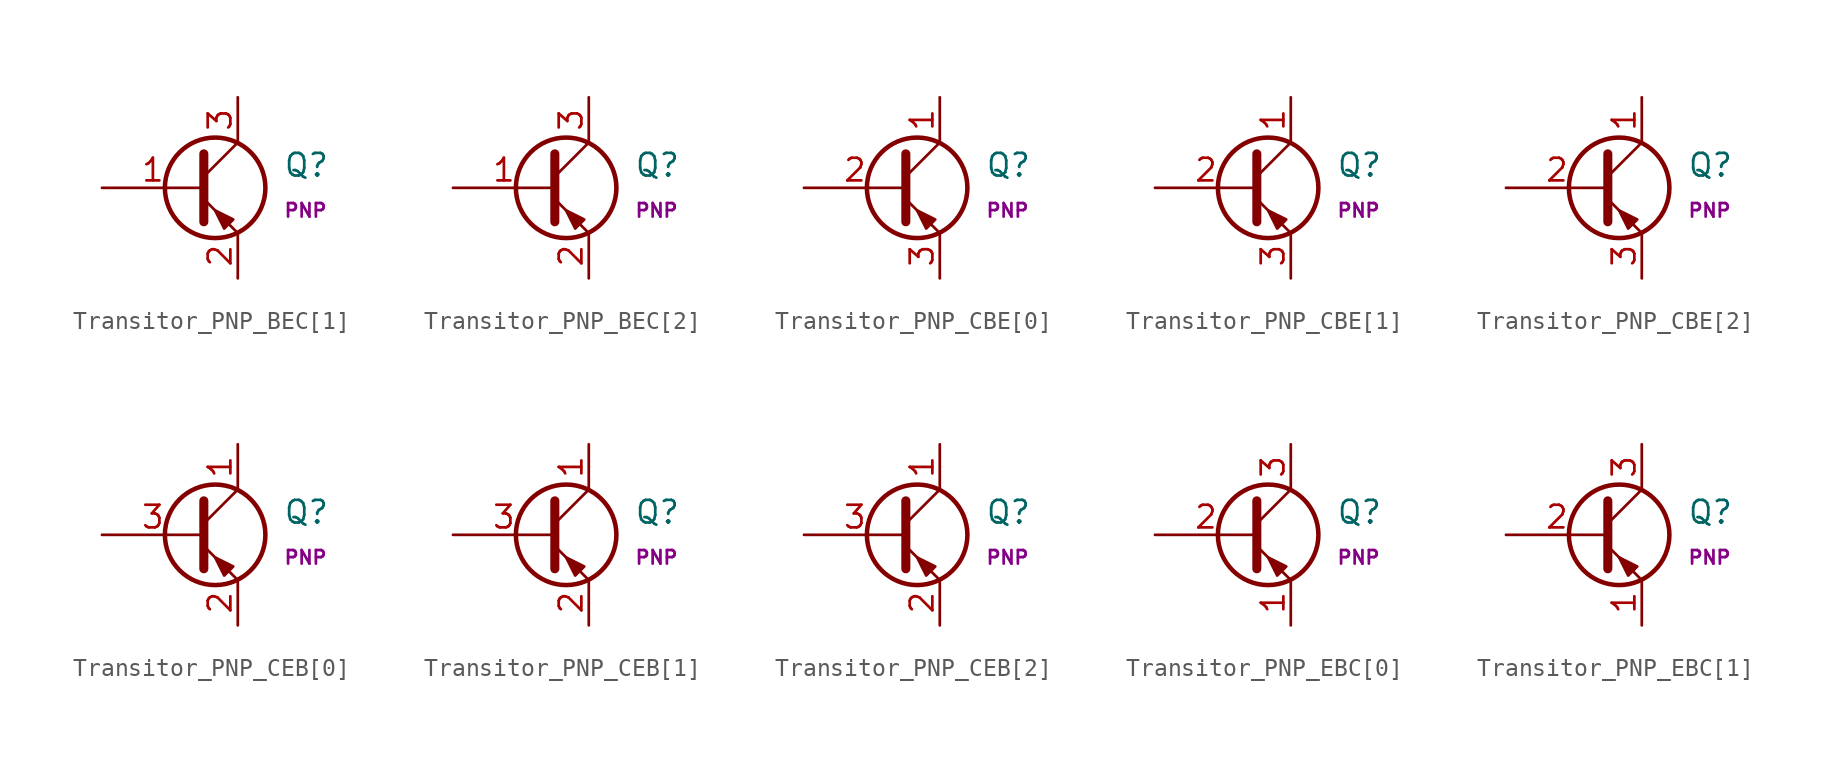
<source format=kicad_sym>
(kicad_symbol_lib
  (version 20211014)
  (generator kicad_symbol_editor)
  (symbol "Transitor_PNP_BEC[1]"
    (pin_names
      (offset 0) hide)
    (property "Reference" "Q"
      (at 5.08 1.27 0)
      (effects (font (size 1.27 1.27)) (justify left)))
    (property "Name" "PNP"
      (at 5.08 -1.27 0)
      (effects (font (size 0.762 0.762)) (justify left)))
    (symbol "Transitor_PNP_BEC[1]_0_1"
      (polyline (pts (xy 0.635 0.635) (xy 2.54 2.54)) (stroke (width 0) (type default) (color 0 0 0 0)) (fill (type none)))
      (polyline (pts (xy 0.635 -0.635) (xy 2.54 -2.54) (xy 2.54 -2.54)) (stroke (width 0) (type default) (color 0 0 0 0)) (fill (type none)))
      (polyline (pts (xy 0.635 1.905) (xy 0.635 -1.905) (xy 0.635 -1.905)) (stroke (width 0.508) (type default) (color 0 0 0 0)) (fill (type none)))
      (polyline (pts (xy 2.286 -1.778) (xy 1.778 -2.286) (xy 1.27 -1.27) (xy 2.286 -1.778) (xy 2.286 -1.778)) (stroke (width 0) (type default) (color 0 0 0 0)) (fill (type outline)))
      (circle (center 1.27 0) (radius 2.819) (stroke (width 0.254) (type default) (color 0 0 0 0)) (fill (type none))))
    (symbol "Transitor_PNP_BEC[1]_1_1"
      (pin input line (at -5.08 0 0) (length 5.715) (name "B" (effects (font (size 1.27 1.27)))) (number "1" (effects (font (size 1.27 1.27)))))
      (pin passive line (at 2.54 -5.08 90) (length 2.54) (name "E" (effects (font (size 1.27 1.27)))) (number "2" (effects (font (size 1.27 1.27)))))
      (pin passive line (at 2.54 5.08 270) (length 2.54) (name "C" (effects (font (size 1.27 1.27)))) (number "3" (effects (font (size 1.27 1.27)))))))
  (symbol "Transitor_PNP_BEC[2]"
    (pin_names
      (offset 0) hide)
    (property "Reference" "Q"
      (at 5.08 1.27 0)
      (effects (font (size 1.27 1.27)) (justify left)))
    (property "Name" "PNP"
      (at 5.08 -1.27 0)
      (effects (font (size 0.762 0.762)) (justify left)))
    (symbol "Transitor_PNP_BEC[2]_0_1"
      (polyline (pts (xy 0.635 0.635) (xy 2.54 2.54)) (stroke (width 0) (type default) (color 0 0 0 0)) (fill (type none)))
      (polyline (pts (xy 0.635 -0.635) (xy 2.54 -2.54) (xy 2.54 -2.54)) (stroke (width 0) (type default) (color 0 0 0 0)) (fill (type none)))
      (polyline (pts (xy 0.635 1.905) (xy 0.635 -1.905) (xy 0.635 -1.905)) (stroke (width 0.508) (type default) (color 0 0 0 0)) (fill (type none)))
      (polyline (pts (xy 2.286 -1.778) (xy 1.778 -2.286) (xy 1.27 -1.27) (xy 2.286 -1.778) (xy 2.286 -1.778)) (stroke (width 0) (type default) (color 0 0 0 0)) (fill (type outline)))
      (circle (center 1.27 0) (radius 2.819) (stroke (width 0.254) (type default) (color 0 0 0 0)) (fill (type none))))
    (symbol "Transitor_PNP_BEC[2]_1_1"
      (pin input line (at -5.08 0 0) (length 5.715) (name "B" (effects (font (size 1.27 1.27)))) (number "1" (effects (font (size 1.27 1.27)))))
      (pin passive line (at 2.54 -5.08 90) (length 2.54) (name "E" (effects (font (size 1.27 1.27)))) (number "2" (effects (font (size 1.27 1.27)))))
      (pin passive line (at 2.54 5.08 270) (length 2.54) (name "C" (effects (font (size 1.27 1.27)))) (number "3" (effects (font (size 1.27 1.27)))))))
  (symbol "Transitor_PNP_CBE[0]"
    (pin_names
      (offset 0) hide)
    (property "Reference" "Q"
      (at 5.08 1.27 0)
      (effects (font (size 1.27 1.27)) (justify left)))
    (property "Name" "PNP"
      (at 5.08 -1.27 0)
      (effects (font (size 0.762 0.762)) (justify left)))
    (symbol "Transitor_PNP_CBE[0]_0_1"
      (polyline (pts (xy 0.635 0.635) (xy 2.54 2.54)) (stroke (width 0) (type default) (color 0 0 0 0)) (fill (type none)))
      (polyline (pts (xy 0.635 -0.635) (xy 2.54 -2.54) (xy 2.54 -2.54)) (stroke (width 0) (type default) (color 0 0 0 0)) (fill (type none)))
      (polyline (pts (xy 0.635 1.905) (xy 0.635 -1.905) (xy 0.635 -1.905)) (stroke (width 0.508) (type default) (color 0 0 0 0)) (fill (type none)))
      (polyline (pts (xy 2.286 -1.778) (xy 1.778 -2.286) (xy 1.27 -1.27) (xy 2.286 -1.778) (xy 2.286 -1.778)) (stroke (width 0) (type default) (color 0 0 0 0)) (fill (type outline)))
      (circle (center 1.27 0) (radius 2.819) (stroke (width 0.254) (type default) (color 0 0 0 0)) (fill (type none))))
    (symbol "Transitor_PNP_CBE[0]_1_1"
      (pin passive line (at 2.54 5.08 270) (length 2.54) (name "C" (effects (font (size 1.27 1.27)))) (number "1" (effects (font (size 1.27 1.27)))))
      (pin input line (at -5.08 0 0) (length 5.715) (name "B" (effects (font (size 1.27 1.27)))) (number "2" (effects (font (size 1.27 1.27)))))
      (pin passive line (at 2.54 -5.08 90) (length 2.54) (name "E" (effects (font (size 1.27 1.27)))) (number "3" (effects (font (size 1.27 1.27)))))))
  (symbol "Transitor_PNP_CBE[1]"
    (pin_names
      (offset 0) hide)
    (property "Reference" "Q"
      (at 5.08 1.27 0)
      (effects (font (size 1.27 1.27)) (justify left)))
    (property "Name" "PNP"
      (at 5.08 -1.27 0)
      (effects (font (size 0.762 0.762)) (justify left)))
    (symbol "Transitor_PNP_CBE[1]_0_1"
      (polyline (pts (xy 0.635 0.635) (xy 2.54 2.54)) (stroke (width 0) (type default) (color 0 0 0 0)) (fill (type none)))
      (polyline (pts (xy 0.635 -0.635) (xy 2.54 -2.54) (xy 2.54 -2.54)) (stroke (width 0) (type default) (color 0 0 0 0)) (fill (type none)))
      (polyline (pts (xy 0.635 1.905) (xy 0.635 -1.905) (xy 0.635 -1.905)) (stroke (width 0.508) (type default) (color 0 0 0 0)) (fill (type none)))
      (polyline (pts (xy 2.286 -1.778) (xy 1.778 -2.286) (xy 1.27 -1.27) (xy 2.286 -1.778) (xy 2.286 -1.778)) (stroke (width 0) (type default) (color 0 0 0 0)) (fill (type outline)))
      (circle (center 1.27 0) (radius 2.819) (stroke (width 0.254) (type default) (color 0 0 0 0)) (fill (type none))))
    (symbol "Transitor_PNP_CBE[1]_1_1"
      (pin passive line (at 2.54 5.08 270) (length 2.54) (name "C" (effects (font (size 1.27 1.27)))) (number "1" (effects (font (size 1.27 1.27)))))
      (pin input line (at -5.08 0 0) (length 5.715) (name "B" (effects (font (size 1.27 1.27)))) (number "2" (effects (font (size 1.27 1.27)))))
      (pin passive line (at 2.54 -5.08 90) (length 2.54) (name "E" (effects (font (size 1.27 1.27)))) (number "3" (effects (font (size 1.27 1.27)))))))
  (symbol "Transitor_PNP_CBE[2]"
    (pin_names
      (offset 0) hide)
    (property "Reference" "Q"
      (at 5.08 1.27 0)
      (effects (font (size 1.27 1.27)) (justify left)))
    (property "Name" "PNP"
      (at 5.08 -1.27 0)
      (effects (font (size 0.762 0.762)) (justify left)))
    (symbol "Transitor_PNP_CBE[2]_0_1"
      (polyline (pts (xy 0.635 0.635) (xy 2.54 2.54)) (stroke (width 0) (type default) (color 0 0 0 0)) (fill (type none)))
      (polyline (pts (xy 0.635 -0.635) (xy 2.54 -2.54) (xy 2.54 -2.54)) (stroke (width 0) (type default) (color 0 0 0 0)) (fill (type none)))
      (polyline (pts (xy 0.635 1.905) (xy 0.635 -1.905) (xy 0.635 -1.905)) (stroke (width 0.508) (type default) (color 0 0 0 0)) (fill (type none)))
      (polyline (pts (xy 2.286 -1.778) (xy 1.778 -2.286) (xy 1.27 -1.27) (xy 2.286 -1.778) (xy 2.286 -1.778)) (stroke (width 0) (type default) (color 0 0 0 0)) (fill (type outline)))
      (circle (center 1.27 0) (radius 2.819) (stroke (width 0.254) (type default) (color 0 0 0 0)) (fill (type none))))
    (symbol "Transitor_PNP_CBE[2]_1_1"
      (pin passive line (at 2.54 5.08 270) (length 2.54) (name "C" (effects (font (size 1.27 1.27)))) (number "1" (effects (font (size 1.27 1.27)))))
      (pin input line (at -5.08 0 0) (length 5.715) (name "B" (effects (font (size 1.27 1.27)))) (number "2" (effects (font (size 1.27 1.27)))))
      (pin passive line (at 2.54 -5.08 90) (length 2.54) (name "E" (effects (font (size 1.27 1.27)))) (number "3" (effects (font (size 1.27 1.27)))))))
  (symbol "Transitor_PNP_CEB[0]"
    (pin_names
      (offset 0) hide)
    (property "Reference" "Q"
      (at 5.08 1.27 0)
      (effects (font (size 1.27 1.27)) (justify left)))
    (property "Name" "PNP"
      (at 5.08 -1.27 0)
      (effects (font (size 0.762 0.762)) (justify left)))
    (symbol "Transitor_PNP_CEB[0]_0_1"
      (polyline (pts (xy 0.635 0.635) (xy 2.54 2.54)) (stroke (width 0) (type default) (color 0 0 0 0)) (fill (type none)))
      (polyline (pts (xy 0.635 -0.635) (xy 2.54 -2.54) (xy 2.54 -2.54)) (stroke (width 0) (type default) (color 0 0 0 0)) (fill (type none)))
      (polyline (pts (xy 0.635 1.905) (xy 0.635 -1.905) (xy 0.635 -1.905)) (stroke (width 0.508) (type default) (color 0 0 0 0)) (fill (type none)))
      (polyline (pts (xy 2.286 -1.778) (xy 1.778 -2.286) (xy 1.27 -1.27) (xy 2.286 -1.778) (xy 2.286 -1.778)) (stroke (width 0) (type default) (color 0 0 0 0)) (fill (type outline)))
      (circle (center 1.27 0) (radius 2.819) (stroke (width 0.254) (type default) (color 0 0 0 0)) (fill (type none))))
    (symbol "Transitor_PNP_CEB[0]_1_1"
      (pin passive line (at 2.54 5.08 270) (length 2.54) (name "C" (effects (font (size 1.27 1.27)))) (number "1" (effects (font (size 1.27 1.27)))))
      (pin passive line (at 2.54 -5.08 90) (length 2.54) (name "E" (effects (font (size 1.27 1.27)))) (number "2" (effects (font (size 1.27 1.27)))))
      (pin input line (at -5.08 0 0) (length 5.715) (name "B" (effects (font (size 1.27 1.27)))) (number "3" (effects (font (size 1.27 1.27)))))))
  (symbol "Transitor_PNP_CEB[1]"
    (pin_names
      (offset 0) hide)
    (property "Reference" "Q"
      (at 5.08 1.27 0)
      (effects (font (size 1.27 1.27)) (justify left)))
    (property "Name" "PNP"
      (at 5.08 -1.27 0)
      (effects (font (size 0.762 0.762)) (justify left)))
    (symbol "Transitor_PNP_CEB[1]_0_1"
      (polyline (pts (xy 0.635 0.635) (xy 2.54 2.54)) (stroke (width 0) (type default) (color 0 0 0 0)) (fill (type none)))
      (polyline (pts (xy 0.635 -0.635) (xy 2.54 -2.54) (xy 2.54 -2.54)) (stroke (width 0) (type default) (color 0 0 0 0)) (fill (type none)))
      (polyline (pts (xy 0.635 1.905) (xy 0.635 -1.905) (xy 0.635 -1.905)) (stroke (width 0.508) (type default) (color 0 0 0 0)) (fill (type none)))
      (polyline (pts (xy 2.286 -1.778) (xy 1.778 -2.286) (xy 1.27 -1.27) (xy 2.286 -1.778) (xy 2.286 -1.778)) (stroke (width 0) (type default) (color 0 0 0 0)) (fill (type outline)))
      (circle (center 1.27 0) (radius 2.819) (stroke (width 0.254) (type default) (color 0 0 0 0)) (fill (type none))))
    (symbol "Transitor_PNP_CEB[1]_1_1"
      (pin passive line (at 2.54 5.08 270) (length 2.54) (name "C" (effects (font (size 1.27 1.27)))) (number "1" (effects (font (size 1.27 1.27)))))
      (pin passive line (at 2.54 -5.08 90) (length 2.54) (name "E" (effects (font (size 1.27 1.27)))) (number "2" (effects (font (size 1.27 1.27)))))
      (pin input line (at -5.08 0 0) (length 5.715) (name "B" (effects (font (size 1.27 1.27)))) (number "3" (effects (font (size 1.27 1.27)))))))
  (symbol "Transitor_PNP_CEB[2]"
    (pin_names
      (offset 0) hide)
    (property "Reference" "Q"
      (at 5.08 1.27 0)
      (effects (font (size 1.27 1.27)) (justify left)))
    (property "Name" "PNP"
      (at 5.08 -1.27 0)
      (effects (font (size 0.762 0.762)) (justify left)))
    (symbol "Transitor_PNP_CEB[2]_0_1"
      (polyline (pts (xy 0.635 0.635) (xy 2.54 2.54)) (stroke (width 0) (type default) (color 0 0 0 0)) (fill (type none)))
      (polyline (pts (xy 0.635 -0.635) (xy 2.54 -2.54) (xy 2.54 -2.54)) (stroke (width 0) (type default) (color 0 0 0 0)) (fill (type none)))
      (polyline (pts (xy 0.635 1.905) (xy 0.635 -1.905) (xy 0.635 -1.905)) (stroke (width 0.508) (type default) (color 0 0 0 0)) (fill (type none)))
      (polyline (pts (xy 2.286 -1.778) (xy 1.778 -2.286) (xy 1.27 -1.27) (xy 2.286 -1.778) (xy 2.286 -1.778)) (stroke (width 0) (type default) (color 0 0 0 0)) (fill (type outline)))
      (circle (center 1.27 0) (radius 2.819) (stroke (width 0.254) (type default) (color 0 0 0 0)) (fill (type none))))
    (symbol "Transitor_PNP_CEB[2]_1_1"
      (pin passive line (at 2.54 5.08 270) (length 2.54) (name "C" (effects (font (size 1.27 1.27)))) (number "1" (effects (font (size 1.27 1.27)))))
      (pin passive line (at 2.54 -5.08 90) (length 2.54) (name "E" (effects (font (size 1.27 1.27)))) (number "2" (effects (font (size 1.27 1.27)))))
      (pin input line (at -5.08 0 0) (length 5.715) (name "B" (effects (font (size 1.27 1.27)))) (number "3" (effects (font (size 1.27 1.27)))))))
  (symbol "Transitor_PNP_EBC[0]"
    (pin_names
      (offset 0) hide)
    (property "Reference" "Q"
      (at 5.08 1.27 0)
      (effects (font (size 1.27 1.27)) (justify left)))
    (property "Name" "PNP"
      (at 5.08 -1.27 0)
      (effects (font (size 0.762 0.762)) (justify left)))
    (symbol "Transitor_PNP_EBC[0]_0_1"
      (polyline (pts (xy 0.635 0.635) (xy 2.54 2.54)) (stroke (width 0) (type default) (color 0 0 0 0)) (fill (type none)))
      (polyline (pts (xy 0.635 -0.635) (xy 2.54 -2.54) (xy 2.54 -2.54)) (stroke (width 0) (type default) (color 0 0 0 0)) (fill (type none)))
      (polyline (pts (xy 0.635 1.905) (xy 0.635 -1.905) (xy 0.635 -1.905)) (stroke (width 0.508) (type default) (color 0 0 0 0)) (fill (type none)))
      (polyline (pts (xy 2.286 -1.778) (xy 1.778 -2.286) (xy 1.27 -1.27) (xy 2.286 -1.778) (xy 2.286 -1.778)) (stroke (width 0) (type default) (color 0 0 0 0)) (fill (type outline)))
      (circle (center 1.27 0) (radius 2.819) (stroke (width 0.254) (type default) (color 0 0 0 0)) (fill (type none))))
    (symbol "Transitor_PNP_EBC[0]_1_1"
      (pin passive line (at 2.54 -5.08 90) (length 2.54) (name "E" (effects (font (size 1.27 1.27)))) (number "1" (effects (font (size 1.27 1.27)))))
      (pin input line (at -5.08 0 0) (length 5.715) (name "B" (effects (font (size 1.27 1.27)))) (number "2" (effects (font (size 1.27 1.27)))))
      (pin passive line (at 2.54 5.08 270) (length 2.54) (name "C" (effects (font (size 1.27 1.27)))) (number "3" (effects (font (size 1.27 1.27)))))))
  (symbol "Transitor_PNP_EBC[1]"
    (pin_names
      (offset 0) hide)
    (property "Reference" "Q"
      (at 5.08 1.27 0)
      (effects (font (size 1.27 1.27)) (justify left)))
    (property "Name" "PNP"
      (at 5.08 -1.27 0)
      (effects (font (size 0.762 0.762)) (justify left)))
    (symbol "Transitor_PNP_EBC[1]_0_1"
      (polyline (pts (xy 0.635 0.635) (xy 2.54 2.54)) (stroke (width 0) (type default) (color 0 0 0 0)) (fill (type none)))
      (polyline (pts (xy 0.635 -0.635) (xy 2.54 -2.54) (xy 2.54 -2.54)) (stroke (width 0) (type default) (color 0 0 0 0)) (fill (type none)))
      (polyline (pts (xy 0.635 1.905) (xy 0.635 -1.905) (xy 0.635 -1.905)) (stroke (width 0.508) (type default) (color 0 0 0 0)) (fill (type none)))
      (polyline (pts (xy 2.286 -1.778) (xy 1.778 -2.286) (xy 1.27 -1.27) (xy 2.286 -1.778) (xy 2.286 -1.778)) (stroke (width 0) (type default) (color 0 0 0 0)) (fill (type outline)))
      (circle (center 1.27 0) (radius 2.819) (stroke (width 0.254) (type default) (color 0 0 0 0)) (fill (type none))))
    (symbol "Transitor_PNP_EBC[1]_1_1"
      (pin passive line (at 2.54 -5.08 90) (length 2.54) (name "E" (effects (font (size 1.27 1.27)))) (number "1" (effects (font (size 1.27 1.27)))))
      (pin input line (at -5.08 0 0) (length 5.715) (name "B" (effects (font (size 1.27 1.27)))) (number "2" (effects (font (size 1.27 1.27)))))
      (pin passive line (at 2.54 5.08 270) (length 2.54) (name "C" (effects (font (size 1.27 1.27)))) (number "3" (effects (font (size 1.27 1.27))))))))
</source>
